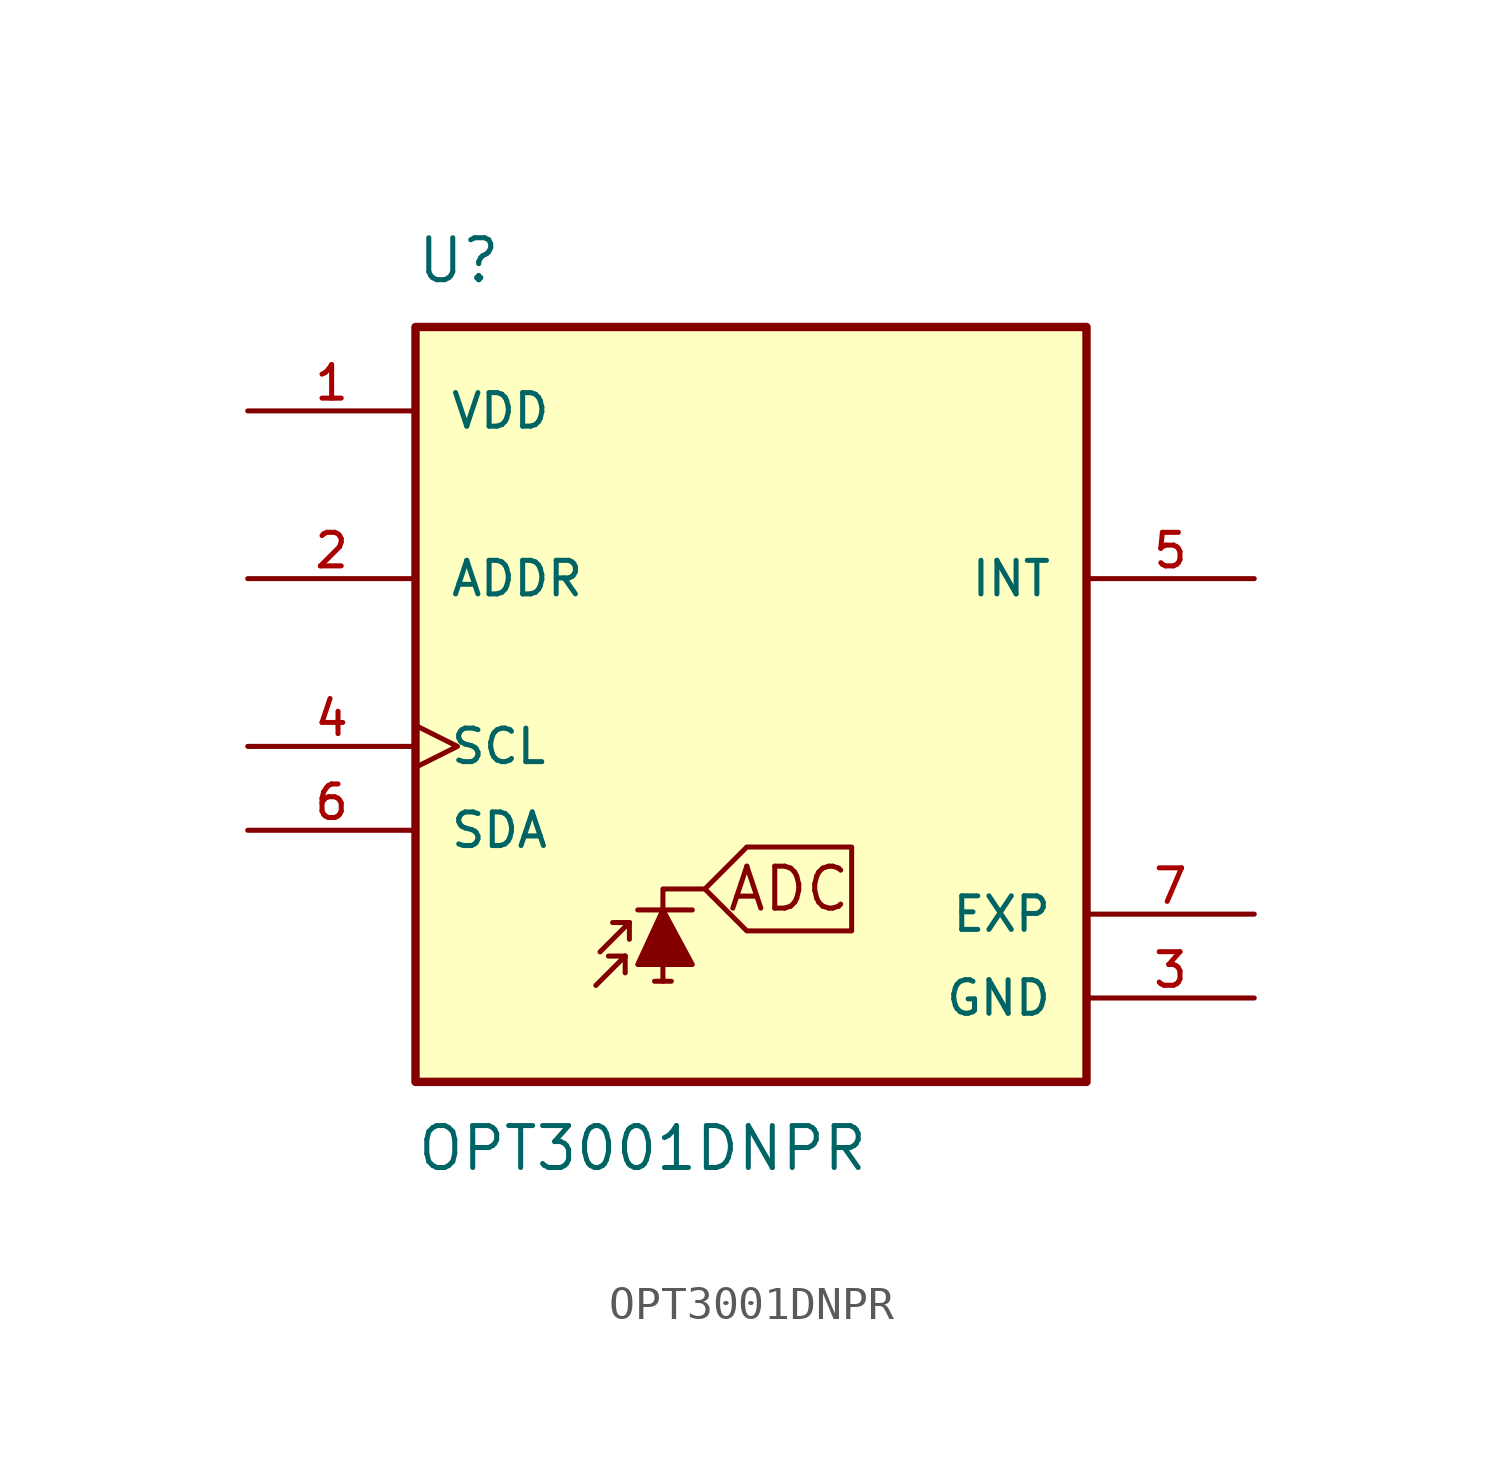
<source format=kicad_sym>
(kicad_symbol_lib
  (version 20241209)
  (generator "kicad_symbol_editor")
  (generator_version "9.0")
  (symbol "OPT3001DNPR"
    (pin_names
      (offset 1.016))
    (property "Reference" "U"
      (at -10.16 13.97 0)
      (effects (font (size 1.27 1.27)) (justify left bottom)))
    (property "Value" "OPT3001DNPR"
      (at -10.16 -11.43 0)
      (effects (font (size 1.27 1.27)) (justify left top)))
    (symbol "OPT3001DNPR_0_0"
      (rectangle (start -10.16 12.7) (end 10.16 -10.16) (stroke (width 0.254) (type default)) (fill (type background)))
      (polyline (pts (xy -1.397 -4.318) (xy -0.127 -3.048) (xy 3.048 -3.048) (xy 3.048 -5.588) (xy -0.127 -5.588) (xy -1.397 -4.318)) (stroke (width 0) (type default)) (fill (type none)))
      (text "ADC" (at 1.143 -4.318 0) (effects (font (size 1.27 1.27))))
      (pin power_in line (at -15.24 10.16 0) (length 5.08) (name "VDD" (effects (font (size 1.016 1.016)))) (number "1" (effects (font (size 1.016 1.016)))))
      (pin input line (at -15.24 5.08 0) (length 5.08) (name "ADDR" (effects (font (size 1.016 1.016)))) (number "2" (effects (font (size 1.016 1.016)))))
      (pin input clock (at -15.24 0 0) (length 5.08) (name "SCL" (effects (font (size 1.016 1.016)))) (number "4" (effects (font (size 1.016 1.016)))))
      (pin bidirectional line (at -15.24 -2.54 0) (length 5.08) (name "SDA" (effects (font (size 1.016 1.016)))) (number "6" (effects (font (size 1.016 1.016)))))
      (pin output line (at 15.24 5.08 180) (length 5.08) (name "INT" (effects (font (size 1.016 1.016)))) (number "5" (effects (font (size 1.016 1.016)))))
      (pin passive line (at 15.24 -5.08 180) (length 5.08) (name "EXP" (effects (font (size 1.016 1.016)))) (number "7" (effects (font (size 1.016 1.016)))))
      (pin power_in line (at 15.24 -7.62 180) (length 5.08) (name "GND" (effects (font (size 1.016 1.016)))) (number "3" (effects (font (size 1.016 1.016))))))
    (symbol "OPT3001DNPR_1_0"
      (polyline (pts (xy -2.667 -7.112) (xy -2.667 -4.318) (xy -1.397 -4.318)) (stroke (width 0) (type default)) (fill (type none))))
    (symbol "OPT3001DNPR_1_1"
      (polyline (pts (xy -3.81 -6.35) (xy -4.699 -7.239)) (stroke (width 0) (type default)) (fill (type none)))
      (polyline (pts (xy -3.81 -6.35) (xy -4.318 -6.35)) (stroke (width 0) (type default)) (fill (type none)))
      (polyline (pts (xy -3.81 -6.35) (xy -3.81 -6.858)) (stroke (width 0) (type default)) (fill (type none)))
      (polyline (pts (xy -3.683 -5.334) (xy -4.572 -6.223)) (stroke (width 0) (type default)) (fill (type none)))
      (polyline (pts (xy -3.683 -5.334) (xy -4.191 -5.334)) (stroke (width 0) (type default)) (fill (type none)))
      (polyline (pts (xy -3.683 -5.334) (xy -3.683 -5.842)) (stroke (width 0) (type default)) (fill (type none)))
      (polyline (pts (xy -3.429 -4.953) (xy -1.778 -4.953)) (stroke (width 0) (type default)) (fill (type none)))
      (polyline (pts (xy -3.429 -6.604) (xy -1.778 -6.604) (xy -2.667 -4.953) (xy -3.429 -6.604)) (stroke (width 0) (type default)) (fill (type outline)))
      (polyline (pts (xy -2.413 -7.112) (xy -2.921 -7.112)) (stroke (width 0) (type default)) (fill (type none))))))
</source>
